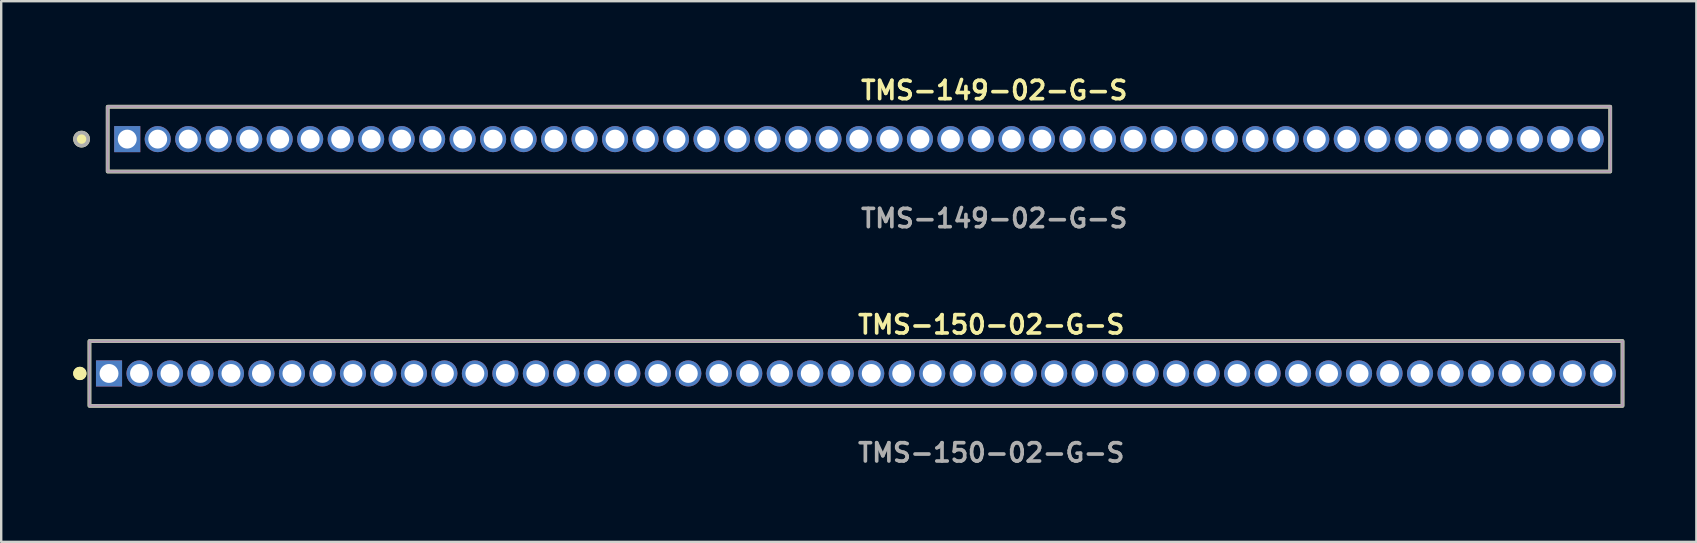
<source format=kicad_pcb>
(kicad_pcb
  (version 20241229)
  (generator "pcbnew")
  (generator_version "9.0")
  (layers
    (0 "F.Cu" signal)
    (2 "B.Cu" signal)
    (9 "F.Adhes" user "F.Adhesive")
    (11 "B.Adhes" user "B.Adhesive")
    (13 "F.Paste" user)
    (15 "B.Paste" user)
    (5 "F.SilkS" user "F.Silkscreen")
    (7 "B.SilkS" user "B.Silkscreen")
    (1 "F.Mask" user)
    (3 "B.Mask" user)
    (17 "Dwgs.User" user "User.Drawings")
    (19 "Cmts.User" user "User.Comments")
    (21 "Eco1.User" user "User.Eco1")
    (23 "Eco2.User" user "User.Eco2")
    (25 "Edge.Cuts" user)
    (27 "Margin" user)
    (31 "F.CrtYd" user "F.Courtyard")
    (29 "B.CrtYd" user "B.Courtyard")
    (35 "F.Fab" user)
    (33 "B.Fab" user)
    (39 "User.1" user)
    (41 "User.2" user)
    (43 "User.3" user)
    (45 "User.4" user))
  (footprint "TMS-150-02-G-S"
    (layer "F.Cu")
    (at 32.606 12.506)
    (property "Reference" "TMS-150-02-G-S" (at 0 -2.032 0) (unlocked yes) (layer "F.SilkS") (effects (font (size 0.762 0.762) (thickness 0.152)) (justify left)))
    (fp_rect (start -31.93 1.35) (end 31.93 -1.35) (stroke (width 0.152) (type solid)) (fill no) (layer "F.SilkS"))
    (fp_circle (center -32.33 0) (end -32.53 0) (stroke (width 0.152) (type solid)) (fill yes) (layer "F.SilkS"))
    (fp_circle (center -32.33 0) (end -32.53 0) (stroke (width 0.152) (type solid)) (fill yes) (layer "F.SilkS"))
    (fp_rect (start -31.93 1.35) (end 31.93 -1.35) (stroke (width 0.006) (type solid)) (fill no) (layer "F.CrtYd"))
    (fp_rect (start -31.93 1.35) (end 31.93 -1.35) (stroke (width 0.152) (type solid)) (fill no) (layer "F.Fab"))
    (fp_text user "${REFERENCE}" (at 0 3.302 0) (unlocked yes) (layer "F.Fab") (effects (font (size 0.762 0.762) (thickness 0.152)) (justify left)))
    (pad "1" thru_hole rect (at -31.115 0) (size 1.087 1.087) (drill 0.787) (layers "*.Cu" "*.Mask"))
    (pad "2" thru_hole circle (at -29.845 0) (size 1.087 1.087) (drill 0.787) (layers "*.Cu" "*.Mask"))
    (pad "3" thru_hole circle (at -28.575 0) (size 1.087 1.087) (drill 0.787) (layers "*.Cu" "*.Mask"))
    (pad "4" thru_hole circle (at -27.305 0) (size 1.087 1.087) (drill 0.787) (layers "*.Cu" "*.Mask"))
    (pad "5" thru_hole circle (at -26.035 0) (size 1.087 1.087) (drill 0.787) (layers "*.Cu" "*.Mask"))
    (pad "6" thru_hole circle (at -24.765 0) (size 1.087 1.087) (drill 0.787) (layers "*.Cu" "*.Mask"))
    (pad "7" thru_hole circle (at -23.495 0) (size 1.087 1.087) (drill 0.787) (layers "*.Cu" "*.Mask"))
    (pad "8" thru_hole circle (at -22.225 0) (size 1.087 1.087) (drill 0.787) (layers "*.Cu" "*.Mask"))
    (pad "9" thru_hole circle (at -20.955 0) (size 1.087 1.087) (drill 0.787) (layers "*.Cu" "*.Mask"))
    (pad "10" thru_hole circle (at -19.685 0) (size 1.087 1.087) (drill 0.787) (layers "*.Cu" "*.Mask"))
    (pad "11" thru_hole circle (at -18.415 0) (size 1.087 1.087) (drill 0.787) (layers "*.Cu" "*.Mask"))
    (pad "12" thru_hole circle (at -17.145 0) (size 1.087 1.087) (drill 0.787) (layers "*.Cu" "*.Mask"))
    (pad "13" thru_hole circle (at -15.875 0) (size 1.087 1.087) (drill 0.787) (layers "*.Cu" "*.Mask"))
    (pad "14" thru_hole circle (at -14.605 0) (size 1.087 1.087) (drill 0.787) (layers "*.Cu" "*.Mask"))
    (pad "15" thru_hole circle (at -13.335 0) (size 1.087 1.087) (drill 0.787) (layers "*.Cu" "*.Mask"))
    (pad "16" thru_hole circle (at -12.065 0) (size 1.087 1.087) (drill 0.787) (layers "*.Cu" "*.Mask"))
    (pad "17" thru_hole circle (at -10.795 0) (size 1.087 1.087) (drill 0.787) (layers "*.Cu" "*.Mask"))
    (pad "18" thru_hole circle (at -9.525 0) (size 1.087 1.087) (drill 0.787) (layers "*.Cu" "*.Mask"))
    (pad "19" thru_hole circle (at -8.255 0) (size 1.087 1.087) (drill 0.787) (layers "*.Cu" "*.Mask"))
    (pad "20" thru_hole circle (at -6.985 0) (size 1.087 1.087) (drill 0.787) (layers "*.Cu" "*.Mask"))
    (pad "21" thru_hole circle (at -5.715 0) (size 1.087 1.087) (drill 0.787) (layers "*.Cu" "*.Mask"))
    (pad "22" thru_hole circle (at -4.445 0) (size 1.087 1.087) (drill 0.787) (layers "*.Cu" "*.Mask"))
    (pad "23" thru_hole circle (at -3.175 0) (size 1.087 1.087) (drill 0.787) (layers "*.Cu" "*.Mask"))
    (pad "24" thru_hole circle (at -1.905 0) (size 1.087 1.087) (drill 0.787) (layers "*.Cu" "*.Mask"))
    (pad "25" thru_hole circle (at -0.635 0) (size 1.087 1.087) (drill 0.787) (layers "*.Cu" "*.Mask"))
    (pad "26" thru_hole circle (at 0.635 0) (size 1.087 1.087) (drill 0.787) (layers "*.Cu" "*.Mask"))
    (pad "27" thru_hole circle (at 1.905 0) (size 1.087 1.087) (drill 0.787) (layers "*.Cu" "*.Mask"))
    (pad "28" thru_hole circle (at 3.175 0) (size 1.087 1.087) (drill 0.787) (layers "*.Cu" "*.Mask"))
    (pad "29" thru_hole circle (at 4.445 0) (size 1.087 1.087) (drill 0.787) (layers "*.Cu" "*.Mask"))
    (pad "30" thru_hole circle (at 5.715 0) (size 1.087 1.087) (drill 0.787) (layers "*.Cu" "*.Mask"))
    (pad "31" thru_hole circle (at 6.985 0) (size 1.087 1.087) (drill 0.787) (layers "*.Cu" "*.Mask"))
    (pad "32" thru_hole circle (at 8.255 0) (size 1.087 1.087) (drill 0.787) (layers "*.Cu" "*.Mask"))
    (pad "33" thru_hole circle (at 9.525 0) (size 1.087 1.087) (drill 0.787) (layers "*.Cu" "*.Mask"))
    (pad "34" thru_hole circle (at 10.795 0) (size 1.087 1.087) (drill 0.787) (layers "*.Cu" "*.Mask"))
    (pad "35" thru_hole circle (at 12.065 0) (size 1.087 1.087) (drill 0.787) (layers "*.Cu" "*.Mask"))
    (pad "36" thru_hole circle (at 13.335 0) (size 1.087 1.087) (drill 0.787) (layers "*.Cu" "*.Mask"))
    (pad "37" thru_hole circle (at 14.605 0) (size 1.087 1.087) (drill 0.787) (layers "*.Cu" "*.Mask"))
    (pad "38" thru_hole circle (at 15.875 0) (size 1.087 1.087) (drill 0.787) (layers "*.Cu" "*.Mask"))
    (pad "39" thru_hole circle (at 17.145 0) (size 1.087 1.087) (drill 0.787) (layers "*.Cu" "*.Mask"))
    (pad "40" thru_hole circle (at 18.415 0) (size 1.087 1.087) (drill 0.787) (layers "*.Cu" "*.Mask"))
    (pad "41" thru_hole circle (at 19.685 0) (size 1.087 1.087) (drill 0.787) (layers "*.Cu" "*.Mask"))
    (pad "42" thru_hole circle (at 20.955 0) (size 1.087 1.087) (drill 0.787) (layers "*.Cu" "*.Mask"))
    (pad "43" thru_hole circle (at 22.225 0) (size 1.087 1.087) (drill 0.787) (layers "*.Cu" "*.Mask"))
    (pad "44" thru_hole circle (at 23.495 0) (size 1.087 1.087) (drill 0.787) (layers "*.Cu" "*.Mask"))
    (pad "45" thru_hole circle (at 24.765 0) (size 1.087 1.087) (drill 0.787) (layers "*.Cu" "*.Mask"))
    (pad "46" thru_hole circle (at 26.035 0) (size 1.087 1.087) (drill 0.787) (layers "*.Cu" "*.Mask"))
    (pad "47" thru_hole circle (at 27.305 0) (size 1.087 1.087) (drill 0.787) (layers "*.Cu" "*.Mask"))
    (pad "48" thru_hole circle (at 28.575 0) (size 1.087 1.087) (drill 0.787) (layers "*.Cu" "*.Mask"))
    (pad "49" thru_hole circle (at 29.845 0) (size 1.087 1.087) (drill 0.787) (layers "*.Cu" "*.Mask"))
    (pad "50" thru_hole circle (at 31.115 0) (size 1.087 1.087) (drill 0.787) (layers "*.Cu" "*.Mask")))
  (footprint "TMS-149-02-G-S"
    (layer "F.Cu")
    (at 32.73 2.745)
    (property "Reference" "TMS-149-02-G-S" (at 0 -2.032 0) (unlocked yes) (layer "F.SilkS") (effects (font (size 0.762 0.762) (thickness 0.152)) (justify left)))
    (fp_rect (start -31.295 1.35) (end 31.295 -1.35) (stroke (width 0.152) (type solid)) (fill no) (layer "F.SilkS"))
    (fp_circle (center -32.382 0) (end -32.654 0) (stroke (width 0.152) (type solid)) (fill yes) (layer "F.SilkS"))
    (fp_rect (start -31.295 1.35) (end 31.295 -1.35) (stroke (width 0.006) (type solid)) (fill no) (layer "F.CrtYd"))
    (fp_rect (start -31.295 1.35) (end 31.295 -1.35) (stroke (width 0.152) (type solid)) (fill no) (layer "F.Fab"))
    (fp_circle (center -32.382 0) (end -32.654 0) (stroke (width 0.152) (type solid)) (fill no) (layer "F.Fab"))
    (fp_text user "${REFERENCE}" (at 0 3.302 0) (unlocked yes) (layer "F.Fab") (effects (font (size 0.762 0.762) (thickness 0.152)) (justify left)))
    (pad "1" thru_hole rect (at -30.48 0) (size 1.087 1.087) (drill 0.787) (layers "*.Cu" "*.Mask"))
    (pad "2" thru_hole circle (at -29.21 0) (size 1.087 1.087) (drill 0.787) (layers "*.Cu" "*.Mask"))
    (pad "3" thru_hole circle (at -27.94 0) (size 1.087 1.087) (drill 0.787) (layers "*.Cu" "*.Mask"))
    (pad "4" thru_hole circle (at -26.67 0) (size 1.087 1.087) (drill 0.787) (layers "*.Cu" "*.Mask"))
    (pad "5" thru_hole circle (at -25.4 0) (size 1.087 1.087) (drill 0.787) (layers "*.Cu" "*.Mask"))
    (pad "6" thru_hole circle (at -24.13 0) (size 1.087 1.087) (drill 0.787) (layers "*.Cu" "*.Mask"))
    (pad "7" thru_hole circle (at -22.86 0) (size 1.087 1.087) (drill 0.787) (layers "*.Cu" "*.Mask"))
    (pad "8" thru_hole circle (at -21.59 0) (size 1.087 1.087) (drill 0.787) (layers "*.Cu" "*.Mask"))
    (pad "9" thru_hole circle (at -20.32 0) (size 1.087 1.087) (drill 0.787) (layers "*.Cu" "*.Mask"))
    (pad "10" thru_hole circle (at -19.05 0) (size 1.087 1.087) (drill 0.787) (layers "*.Cu" "*.Mask"))
    (pad "11" thru_hole circle (at -17.78 0) (size 1.087 1.087) (drill 0.787) (layers "*.Cu" "*.Mask"))
    (pad "12" thru_hole circle (at -16.51 0) (size 1.087 1.087) (drill 0.787) (layers "*.Cu" "*.Mask"))
    (pad "13" thru_hole circle (at -15.24 0) (size 1.087 1.087) (drill 0.787) (layers "*.Cu" "*.Mask"))
    (pad "14" thru_hole circle (at -13.97 0) (size 1.087 1.087) (drill 0.787) (layers "*.Cu" "*.Mask"))
    (pad "15" thru_hole circle (at -12.7 0) (size 1.087 1.087) (drill 0.787) (layers "*.Cu" "*.Mask"))
    (pad "16" thru_hole circle (at -11.43 0) (size 1.087 1.087) (drill 0.787) (layers "*.Cu" "*.Mask"))
    (pad "17" thru_hole circle (at -10.16 0) (size 1.087 1.087) (drill 0.787) (layers "*.Cu" "*.Mask"))
    (pad "18" thru_hole circle (at -8.89 0) (size 1.087 1.087) (drill 0.787) (layers "*.Cu" "*.Mask"))
    (pad "19" thru_hole circle (at -7.62 0) (size 1.087 1.087) (drill 0.787) (layers "*.Cu" "*.Mask"))
    (pad "20" thru_hole circle (at -6.35 0) (size 1.087 1.087) (drill 0.787) (layers "*.Cu" "*.Mask"))
    (pad "21" thru_hole circle (at -5.08 0) (size 1.087 1.087) (drill 0.787) (layers "*.Cu" "*.Mask"))
    (pad "22" thru_hole circle (at -3.81 0) (size 1.087 1.087) (drill 0.787) (layers "*.Cu" "*.Mask"))
    (pad "23" thru_hole circle (at -2.54 0) (size 1.087 1.087) (drill 0.787) (layers "*.Cu" "*.Mask"))
    (pad "24" thru_hole circle (at -1.27 0) (size 1.087 1.087) (drill 0.787) (layers "*.Cu" "*.Mask"))
    (pad "25" thru_hole circle (at 0 0) (size 1.087 1.087) (drill 0.787) (layers "*.Cu" "*.Mask"))
    (pad "26" thru_hole circle (at 1.27 0) (size 1.087 1.087) (drill 0.787) (layers "*.Cu" "*.Mask"))
    (pad "27" thru_hole circle (at 2.54 0) (size 1.087 1.087) (drill 0.787) (layers "*.Cu" "*.Mask"))
    (pad "28" thru_hole circle (at 3.81 0) (size 1.087 1.087) (drill 0.787) (layers "*.Cu" "*.Mask"))
    (pad "29" thru_hole circle (at 5.08 0) (size 1.087 1.087) (drill 0.787) (layers "*.Cu" "*.Mask"))
    (pad "30" thru_hole circle (at 6.35 0) (size 1.087 1.087) (drill 0.787) (layers "*.Cu" "*.Mask"))
    (pad "31" thru_hole circle (at 7.62 0) (size 1.087 1.087) (drill 0.787) (layers "*.Cu" "*.Mask"))
    (pad "32" thru_hole circle (at 8.89 0) (size 1.087 1.087) (drill 0.787) (layers "*.Cu" "*.Mask"))
    (pad "33" thru_hole circle (at 10.16 0) (size 1.087 1.087) (drill 0.787) (layers "*.Cu" "*.Mask"))
    (pad "34" thru_hole circle (at 11.43 0) (size 1.087 1.087) (drill 0.787) (layers "*.Cu" "*.Mask"))
    (pad "35" thru_hole circle (at 12.7 0) (size 1.087 1.087) (drill 0.787) (layers "*.Cu" "*.Mask"))
    (pad "36" thru_hole circle (at 13.97 0) (size 1.087 1.087) (drill 0.787) (layers "*.Cu" "*.Mask"))
    (pad "37" thru_hole circle (at 15.24 0) (size 1.087 1.087) (drill 0.787) (layers "*.Cu" "*.Mask"))
    (pad "38" thru_hole circle (at 16.51 0) (size 1.087 1.087) (drill 0.787) (layers "*.Cu" "*.Mask"))
    (pad "39" thru_hole circle (at 17.78 0) (size 1.087 1.087) (drill 0.787) (layers "*.Cu" "*.Mask"))
    (pad "40" thru_hole circle (at 19.05 0) (size 1.087 1.087) (drill 0.787) (layers "*.Cu" "*.Mask"))
    (pad "41" thru_hole circle (at 20.32 0) (size 1.087 1.087) (drill 0.787) (layers "*.Cu" "*.Mask"))
    (pad "42" thru_hole circle (at 21.59 0) (size 1.087 1.087) (drill 0.787) (layers "*.Cu" "*.Mask"))
    (pad "43" thru_hole circle (at 22.86 0) (size 1.087 1.087) (drill 0.787) (layers "*.Cu" "*.Mask"))
    (pad "44" thru_hole circle (at 24.13 0) (size 1.087 1.087) (drill 0.787) (layers "*.Cu" "*.Mask"))
    (pad "45" thru_hole circle (at 25.4 0) (size 1.087 1.087) (drill 0.787) (layers "*.Cu" "*.Mask"))
    (pad "46" thru_hole circle (at 26.67 0) (size 1.087 1.087) (drill 0.787) (layers "*.Cu" "*.Mask"))
    (pad "47" thru_hole circle (at 27.94 0) (size 1.087 1.087) (drill 0.787) (layers "*.Cu" "*.Mask"))
    (pad "48" thru_hole circle (at 29.21 0) (size 1.087 1.087) (drill 0.787) (layers "*.Cu" "*.Mask"))
    (pad "49" thru_hole circle (at 30.48 0) (size 1.087 1.087) (drill 0.787) (layers "*.Cu" "*.Mask")))
  (gr_rect
    (start -3 -3)
    (end 67.612 19.521)
    (stroke (width 0.1) (type default))
    (fill no)
    (layer "Edge.Cuts")))
</source>
